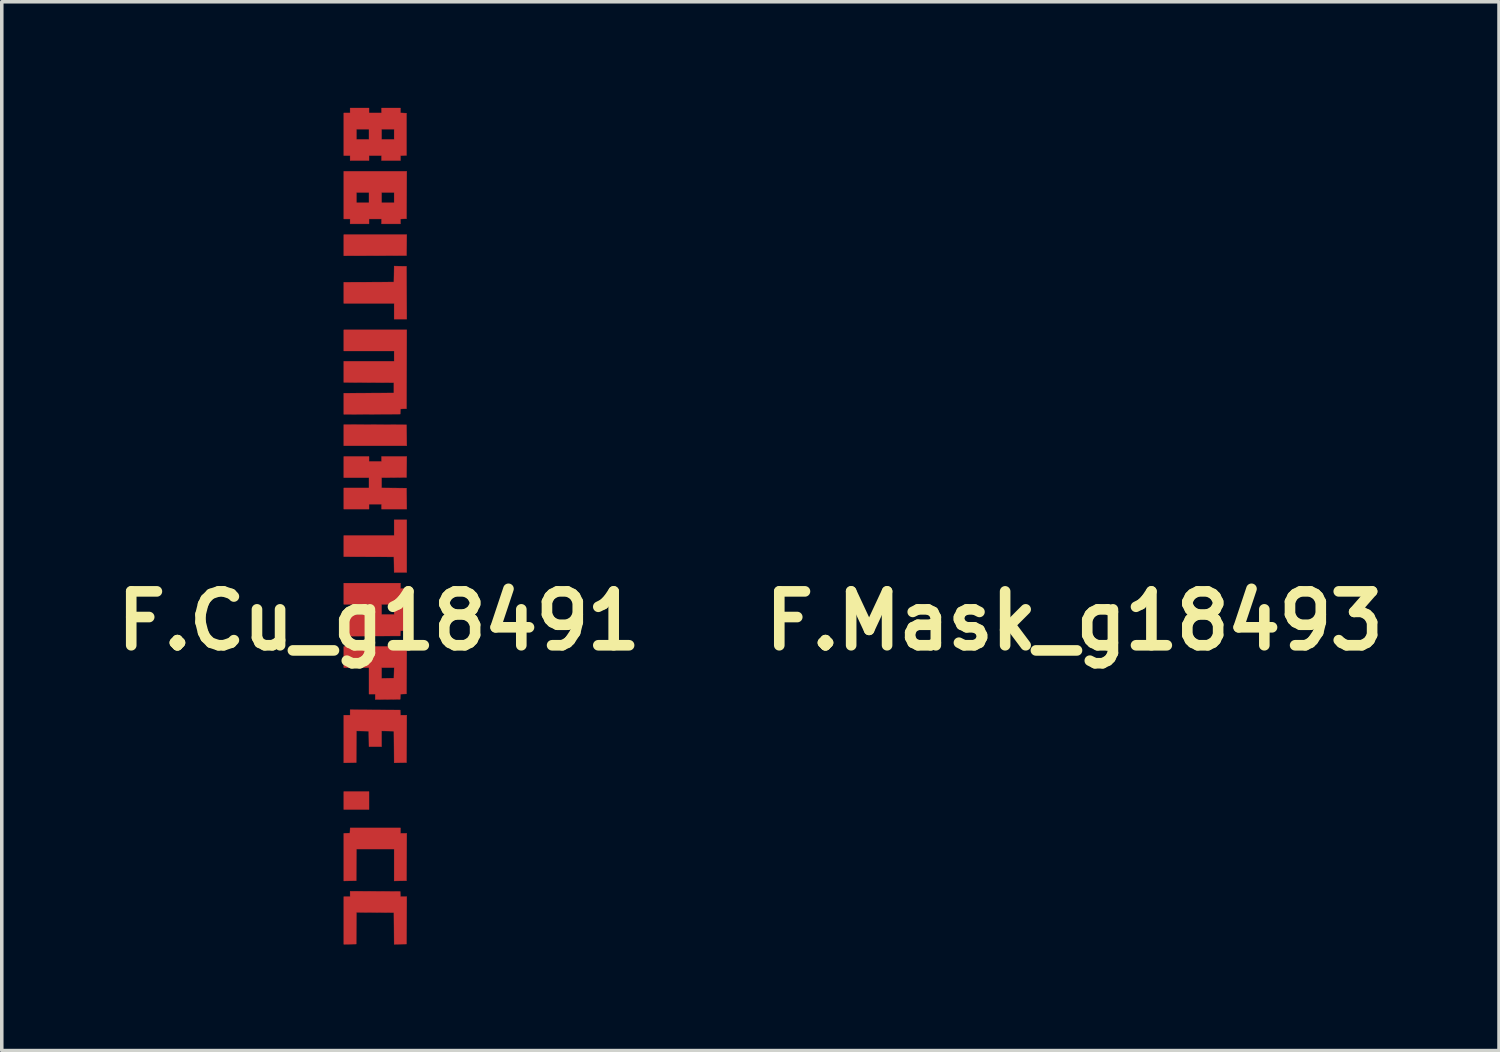
<source format=kicad_pcb>
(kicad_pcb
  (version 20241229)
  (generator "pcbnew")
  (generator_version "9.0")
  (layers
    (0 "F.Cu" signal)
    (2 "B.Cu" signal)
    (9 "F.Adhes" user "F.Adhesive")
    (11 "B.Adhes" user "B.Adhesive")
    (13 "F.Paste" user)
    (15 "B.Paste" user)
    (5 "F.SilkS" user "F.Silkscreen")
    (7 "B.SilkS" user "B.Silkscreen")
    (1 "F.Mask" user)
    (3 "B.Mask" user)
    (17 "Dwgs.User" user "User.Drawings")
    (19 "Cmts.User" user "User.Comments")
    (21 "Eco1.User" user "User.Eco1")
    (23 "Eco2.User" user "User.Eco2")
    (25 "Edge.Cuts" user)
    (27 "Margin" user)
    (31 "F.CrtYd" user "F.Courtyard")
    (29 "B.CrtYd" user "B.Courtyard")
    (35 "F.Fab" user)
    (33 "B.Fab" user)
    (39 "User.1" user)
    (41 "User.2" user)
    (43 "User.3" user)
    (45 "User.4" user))
  (footprint "F.Cu_g18491"
    (layer "F.Cu")
    (at 7.664 14.508)
    (property "Reference" "F.Cu_g18491" (at 0 0 0) (layer "F.SilkS") (effects (font (size 1.524 1.524) (thickness 0.3))))
    (attr through_hole)
    (fp_poly (pts (xy -0.279 5.334) (xy -0.991 5.334) (xy -0.991 4.826) (xy -0.279 4.826) (xy -0.279 5.334)) (stroke (width 0.01) (type solid)) (fill yes) (layer "F.Cu"))
    (fp_poly (pts (xy 0.781 -10.331) (xy -0.991 -10.325) (xy -0.991 -10.922) (xy 0.788 -10.922) (xy 0.781 -10.331)) (stroke (width 0.01) (type solid)) (fill yes) (layer "F.Cu"))
    (fp_poly (pts (xy -0.105 -5.547) (xy 0.781 -5.544) (xy 0.788 -4.953) (xy -0.991 -4.953) (xy -0.991 -5.55) (xy -0.105 -5.547)) (stroke (width 0.01) (type solid)) (fill yes) (layer "F.Cu"))
    (fp_poly (pts (xy 0.787 -1.372) (xy 0.432 -1.372) (xy 0.429 -1.591) (xy 0.425 -1.81) (xy -0.991 -1.816) (xy -0.991 -2.413) (xy 0.432 -2.413) (xy 0.432 -2.857) (xy 0.787 -2.857) (xy 0.787 -1.372)) (stroke (width 0.01) (type solid)) (fill yes) (layer "F.Cu"))
    (fp_poly (pts (xy 0.607 -10.03) (xy 0.781 -10.027) (xy 0.784 -9.281) (xy 0.788 -8.534) (xy 0.432 -8.534) (xy 0.432 -8.979) (xy -0.991 -8.979) (xy -0.991 -9.277) (xy -0.991 -9.576) (xy -0.283 -9.579) (xy 0.425 -9.582) (xy 0.429 -9.808) (xy 0.432 -10.034) (xy 0.607 -10.03)) (stroke (width 0.01) (type solid)) (fill yes) (layer "F.Cu"))
    (fp_poly (pts (xy 0.61 6.007) (xy 0.788 6.007) (xy 0.781 7.347) (xy 0.432 7.354) (xy 0.432 6.452) (xy -0.635 6.452) (xy -0.641 7.347) (xy -0.991 7.354) (xy -0.991 6.008) (xy -0.819 6.001) (xy -0.815 5.928) (xy -0.812 5.855) (xy 0.61 5.855) (xy 0.61 6.007)) (stroke (width 0.01) (type solid)) (fill yes) (layer "F.Cu"))
    (fp_poly (pts (xy 0.603 7.652) (xy 0.607 7.725) (xy 0.611 7.798) (xy 0.788 7.798) (xy 0.781 9.138) (xy 0.607 9.141) (xy 0.432 9.145) (xy 0.429 8.697) (xy 0.425 8.249) (xy -0.105 8.245) (xy -0.635 8.242) (xy -0.638 8.69) (xy -0.641 9.138) (xy -0.991 9.145) (xy -0.991 7.798) (xy -0.813 7.798) (xy -0.813 7.645) (xy 0.603 7.652)) (stroke (width 0.01) (type solid)) (fill yes) (layer "F.Cu"))
    (fp_poly (pts (xy 0.781 -6.001) (xy 0.696 -5.997) (xy 0.611 -5.993) (xy 0.607 -5.921) (xy 0.603 -5.848) (xy -0.991 -5.842) (xy -0.991 -6.439) (xy -0.283 -6.442) (xy 0.425 -6.445) (xy 0.425 -6.737) (xy -0.991 -6.744) (xy -0.991 -7.341) (xy 0.432 -7.341) (xy 0.432 -7.633) (xy -0.991 -7.633) (xy -0.991 -8.23) (xy 0.788 -8.23) (xy 0.781 -6.001)) (stroke (width 0.01) (type solid)) (fill yes) (layer "F.Cu"))
    (fp_poly (pts (xy 0.781 2.064) (xy 0.696 2.067) (xy 0.611 2.071) (xy 0.607 2.144) (xy 0.603 2.216) (xy 0.251 2.22) (xy -0.102 2.223) (xy -0.102 2.07) (xy -0.279 2.07) (xy -0.279 1.321) (xy 0.076 1.321) (xy 0.076 1.626) (xy 0.425 1.619) (xy 0.433 1.321) (xy 0.076 1.321) (xy -0.279 1.321) (xy -0.991 1.321) (xy -0.991 0.724) (xy 0.788 0.724) (xy 0.781 2.064)) (stroke (width 0.01) (type solid)) (fill yes) (layer "F.Cu"))
    (fp_poly (pts (xy -0.279 -4.508) (xy 0.076 -4.508) (xy 0.076 -4.648) (xy 0.788 -4.648) (xy 0.781 -4.058) (xy 0.429 -4.054) (xy 0.076 -4.051) (xy 0.076 -3.76) (xy 0.781 -3.753) (xy 0.788 -3.162) (xy 0.076 -3.162) (xy 0.076 -3.302) (xy -0.279 -3.302) (xy -0.279 -3.162) (xy -0.991 -3.162) (xy -0.991 -3.759) (xy -0.279 -3.759) (xy -0.279 -4.051) (xy -0.991 -4.051) (xy -0.991 -4.648) (xy -0.279 -4.648) (xy -0.279 -4.508)) (stroke (width 0.01) (type solid)) (fill yes) (layer "F.Cu"))
    (fp_poly (pts (xy 0.61 -0.914) (xy 0.788 -0.914) (xy 0.784 -0.321) (xy 0.781 0.273) (xy 0.696 0.277) (xy 0.611 0.281) (xy 0.607 0.353) (xy 0.603 0.425) (xy -0.991 0.432) (xy -0.991 -0.178) (xy -0.279 -0.178) (xy -0.279 -0.47) (xy 0.076 -0.47) (xy 0.076 -0.178) (xy 0.432 -0.178) (xy 0.432 -0.47) (xy 0.076 -0.47) (xy -0.279 -0.47) (xy -0.991 -0.47) (xy -0.991 -1.067) (xy 0.61 -1.067) (xy 0.61 -0.914)) (stroke (width 0.01) (type solid)) (fill yes) (layer "F.Cu"))
    (fp_poly (pts (xy 0.603 2.521) (xy 0.607 2.594) (xy 0.611 2.667) (xy 0.788 2.667) (xy 0.781 4.007) (xy 0.607 4.01) (xy 0.432 4.014) (xy 0.429 3.566) (xy 0.425 3.118) (xy 0.251 3.114) (xy 0.076 3.111) (xy 0.076 3.556) (xy -0.279 3.556) (xy -0.282 3.337) (xy -0.286 3.118) (xy -0.46 3.114) (xy -0.635 3.111) (xy -0.638 3.559) (xy -0.641 4.007) (xy -0.991 4.014) (xy -0.991 2.667) (xy -0.813 2.667) (xy -0.813 2.514) (xy 0.603 2.521)) (stroke (width 0.01) (type solid)) (fill yes) (layer "F.Cu"))
    (fp_poly (pts (xy 0.781 -11.373) (xy 0.61 -11.365) (xy 0.61 -11.227) (xy 0.076 -11.227) (xy 0.076 -11.367) (xy -0.279 -11.367) (xy -0.279 -11.227) (xy -0.813 -11.227) (xy -0.813 -11.367) (xy -0.991 -11.367) (xy -0.991 -12.116) (xy -0.635 -12.116) (xy -0.635 -11.824) (xy -0.279 -11.824) (xy -0.279 -12.116) (xy 0.076 -12.116) (xy 0.076 -11.824) (xy 0.432 -11.824) (xy 0.432 -12.116) (xy 0.076 -12.116) (xy -0.279 -12.116) (xy -0.635 -12.116) (xy -0.991 -12.116) (xy -0.991 -12.713) (xy 0.788 -12.713) (xy 0.781 -11.373)) (stroke (width 0.01) (type solid)) (fill yes) (layer "F.Cu"))
    (fp_poly (pts (xy -0.279 -14.364) (xy 0.076 -14.364) (xy 0.076 -14.503) (xy 0.61 -14.503) (xy 0.61 -14.365) (xy 0.695 -14.361) (xy 0.781 -14.357) (xy 0.781 -13.164) (xy 0.61 -13.156) (xy 0.61 -13.018) (xy 0.076 -13.018) (xy 0.076 -13.157) (xy -0.279 -13.157) (xy -0.279 -13.018) (xy -0.813 -13.018) (xy -0.813 -13.157) (xy -0.991 -13.157) (xy -0.991 -13.906) (xy -0.635 -13.906) (xy -0.635 -13.614) (xy -0.279 -13.614) (xy -0.279 -13.906) (xy 0.076 -13.906) (xy 0.076 -13.614) (xy 0.432 -13.614) (xy 0.432 -13.906) (xy 0.076 -13.906) (xy -0.279 -13.906) (xy -0.635 -13.906) (xy -0.991 -13.906) (xy -0.991 -14.364) (xy -0.813 -14.364) (xy -0.813 -14.503) (xy -0.279 -14.503) (xy -0.279 -14.364)) (stroke (width 0.01) (type solid)) (fill yes) (layer "F.Cu")))
  (footprint "F.Mask_g18493"
    (layer "F.Cu")
    (at 27.333 14.508)
    (property "Reference" "F.Mask_g18493" (at 0 0 0) (layer "F.SilkS") (effects (font (size 1.524 1.524) (thickness 0.3))))
    (attr through_hole)
    (fp_poly (pts (xy -0.279 5.334) (xy -0.991 5.334) (xy -0.991 4.826) (xy -0.279 4.826) (xy -0.279 5.334)) (stroke (width 0.01) (type solid)) (fill yes) (layer "F.Mask"))
    (fp_poly (pts (xy 0.781 -10.331) (xy -0.991 -10.325) (xy -0.991 -10.922) (xy 0.788 -10.922) (xy 0.781 -10.331)) (stroke (width 0.01) (type solid)) (fill yes) (layer "F.Mask"))
    (fp_poly (pts (xy -0.105 -5.547) (xy 0.781 -5.544) (xy 0.788 -4.953) (xy -0.991 -4.953) (xy -0.991 -5.55) (xy -0.105 -5.547)) (stroke (width 0.01) (type solid)) (fill yes) (layer "F.Mask"))
    (fp_poly (pts (xy 0.787 -1.372) (xy 0.432 -1.372) (xy 0.429 -1.591) (xy 0.425 -1.81) (xy -0.991 -1.816) (xy -0.991 -2.413) (xy 0.432 -2.413) (xy 0.432 -2.857) (xy 0.787 -2.857) (xy 0.787 -1.372)) (stroke (width 0.01) (type solid)) (fill yes) (layer "F.Mask"))
    (fp_poly (pts (xy 0.607 -10.03) (xy 0.781 -10.027) (xy 0.784 -9.281) (xy 0.788 -8.534) (xy 0.432 -8.534) (xy 0.432 -8.979) (xy -0.991 -8.979) (xy -0.991 -9.277) (xy -0.991 -9.576) (xy -0.283 -9.579) (xy 0.425 -9.582) (xy 0.429 -9.808) (xy 0.432 -10.034) (xy 0.607 -10.03)) (stroke (width 0.01) (type solid)) (fill yes) (layer "F.Mask"))
    (fp_poly (pts (xy 0.61 6.007) (xy 0.788 6.007) (xy 0.781 7.347) (xy 0.432 7.354) (xy 0.432 6.452) (xy -0.635 6.452) (xy -0.641 7.347) (xy -0.991 7.354) (xy -0.991 6.008) (xy -0.819 6.001) (xy -0.815 5.928) (xy -0.812 5.855) (xy 0.61 5.855) (xy 0.61 6.007)) (stroke (width 0.01) (type solid)) (fill yes) (layer "F.Mask"))
    (fp_poly (pts (xy 0.603 7.652) (xy 0.607 7.725) (xy 0.611 7.798) (xy 0.788 7.798) (xy 0.781 9.138) (xy 0.607 9.141) (xy 0.432 9.145) (xy 0.429 8.697) (xy 0.425 8.249) (xy -0.105 8.245) (xy -0.635 8.242) (xy -0.638 8.69) (xy -0.641 9.138) (xy -0.991 9.145) (xy -0.991 7.798) (xy -0.813 7.798) (xy -0.813 7.645) (xy 0.603 7.652)) (stroke (width 0.01) (type solid)) (fill yes) (layer "F.Mask"))
    (fp_poly (pts (xy 0.781 -6.001) (xy 0.696 -5.997) (xy 0.611 -5.993) (xy 0.607 -5.921) (xy 0.603 -5.848) (xy -0.991 -5.842) (xy -0.991 -6.439) (xy -0.283 -6.442) (xy 0.425 -6.445) (xy 0.425 -6.737) (xy -0.991 -6.744) (xy -0.991 -7.341) (xy 0.432 -7.341) (xy 0.432 -7.633) (xy -0.991 -7.633) (xy -0.991 -8.23) (xy 0.788 -8.23) (xy 0.781 -6.001)) (stroke (width 0.01) (type solid)) (fill yes) (layer "F.Mask"))
    (fp_poly (pts (xy 0.781 2.064) (xy 0.696 2.067) (xy 0.611 2.071) (xy 0.607 2.144) (xy 0.603 2.216) (xy 0.251 2.22) (xy -0.102 2.223) (xy -0.102 2.07) (xy -0.279 2.07) (xy -0.279 1.321) (xy 0.076 1.321) (xy 0.076 1.626) (xy 0.425 1.619) (xy 0.433 1.321) (xy 0.076 1.321) (xy -0.279 1.321) (xy -0.991 1.321) (xy -0.991 0.724) (xy 0.788 0.724) (xy 0.781 2.064)) (stroke (width 0.01) (type solid)) (fill yes) (layer "F.Mask"))
    (fp_poly (pts (xy -0.279 -4.508) (xy 0.076 -4.508) (xy 0.076 -4.648) (xy 0.788 -4.648) (xy 0.781 -4.058) (xy 0.429 -4.054) (xy 0.076 -4.051) (xy 0.076 -3.76) (xy 0.781 -3.753) (xy 0.788 -3.162) (xy 0.076 -3.162) (xy 0.076 -3.302) (xy -0.279 -3.302) (xy -0.279 -3.162) (xy -0.991 -3.162) (xy -0.991 -3.759) (xy -0.279 -3.759) (xy -0.279 -4.051) (xy -0.991 -4.051) (xy -0.991 -4.648) (xy -0.279 -4.648) (xy -0.279 -4.508)) (stroke (width 0.01) (type solid)) (fill yes) (layer "F.Mask"))
    (fp_poly (pts (xy 0.61 -0.914) (xy 0.788 -0.914) (xy 0.784 -0.321) (xy 0.781 0.273) (xy 0.696 0.277) (xy 0.611 0.281) (xy 0.607 0.353) (xy 0.603 0.425) (xy -0.991 0.432) (xy -0.991 -0.178) (xy -0.279 -0.178) (xy -0.279 -0.47) (xy 0.076 -0.47) (xy 0.076 -0.178) (xy 0.432 -0.178) (xy 0.432 -0.47) (xy 0.076 -0.47) (xy -0.279 -0.47) (xy -0.991 -0.47) (xy -0.991 -1.067) (xy 0.61 -1.067) (xy 0.61 -0.914)) (stroke (width 0.01) (type solid)) (fill yes) (layer "F.Mask"))
    (fp_poly (pts (xy 0.603 2.521) (xy 0.607 2.594) (xy 0.611 2.667) (xy 0.788 2.667) (xy 0.781 4.007) (xy 0.607 4.01) (xy 0.432 4.014) (xy 0.429 3.566) (xy 0.425 3.118) (xy 0.251 3.114) (xy 0.076 3.111) (xy 0.076 3.556) (xy -0.279 3.556) (xy -0.282 3.337) (xy -0.286 3.118) (xy -0.46 3.114) (xy -0.635 3.111) (xy -0.638 3.559) (xy -0.641 4.007) (xy -0.991 4.014) (xy -0.991 2.667) (xy -0.813 2.667) (xy -0.813 2.514) (xy 0.603 2.521)) (stroke (width 0.01) (type solid)) (fill yes) (layer "F.Mask"))
    (fp_poly (pts (xy 0.781 -11.373) (xy 0.61 -11.365) (xy 0.61 -11.227) (xy 0.076 -11.227) (xy 0.076 -11.367) (xy -0.279 -11.367) (xy -0.279 -11.227) (xy -0.813 -11.227) (xy -0.813 -11.367) (xy -0.991 -11.367) (xy -0.991 -12.116) (xy -0.635 -12.116) (xy -0.635 -11.824) (xy -0.279 -11.824) (xy -0.279 -12.116) (xy 0.076 -12.116) (xy 0.076 -11.824) (xy 0.432 -11.824) (xy 0.432 -12.116) (xy 0.076 -12.116) (xy -0.279 -12.116) (xy -0.635 -12.116) (xy -0.991 -12.116) (xy -0.991 -12.713) (xy 0.788 -12.713) (xy 0.781 -11.373)) (stroke (width 0.01) (type solid)) (fill yes) (layer "F.Mask"))
    (fp_poly (pts (xy -0.279 -14.364) (xy 0.076 -14.364) (xy 0.076 -14.503) (xy 0.61 -14.503) (xy 0.61 -14.365) (xy 0.695 -14.361) (xy 0.781 -14.357) (xy 0.781 -13.164) (xy 0.61 -13.156) (xy 0.61 -13.018) (xy 0.076 -13.018) (xy 0.076 -13.157) (xy -0.279 -13.157) (xy -0.279 -13.018) (xy -0.813 -13.018) (xy -0.813 -13.157) (xy -0.991 -13.157) (xy -0.991 -13.906) (xy -0.635 -13.906) (xy -0.635 -13.614) (xy -0.279 -13.614) (xy -0.279 -13.906) (xy 0.076 -13.906) (xy 0.076 -13.614) (xy 0.432 -13.614) (xy 0.432 -13.906) (xy 0.076 -13.906) (xy -0.279 -13.906) (xy -0.635 -13.906) (xy -0.991 -13.906) (xy -0.991 -14.364) (xy -0.813 -14.364) (xy -0.813 -14.503) (xy -0.279 -14.503) (xy -0.279 -14.364)) (stroke (width 0.01) (type solid)) (fill yes) (layer "F.Mask")))
  (gr_rect
    (start -3 -3)
    (end 39.34 26.658)
    (stroke (width 0.1) (type default))
    (fill no)
    (layer "Edge.Cuts")))
</source>
